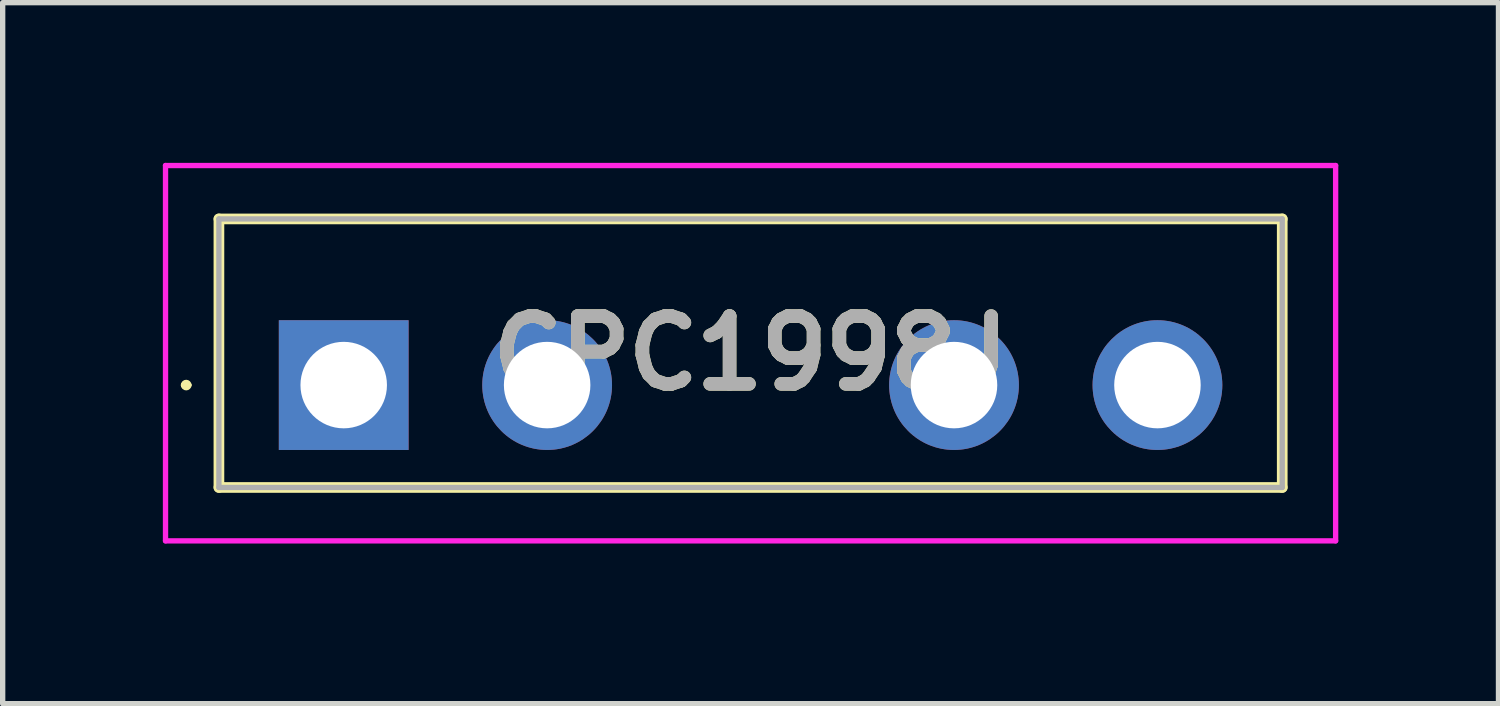
<source format=kicad_pcb>
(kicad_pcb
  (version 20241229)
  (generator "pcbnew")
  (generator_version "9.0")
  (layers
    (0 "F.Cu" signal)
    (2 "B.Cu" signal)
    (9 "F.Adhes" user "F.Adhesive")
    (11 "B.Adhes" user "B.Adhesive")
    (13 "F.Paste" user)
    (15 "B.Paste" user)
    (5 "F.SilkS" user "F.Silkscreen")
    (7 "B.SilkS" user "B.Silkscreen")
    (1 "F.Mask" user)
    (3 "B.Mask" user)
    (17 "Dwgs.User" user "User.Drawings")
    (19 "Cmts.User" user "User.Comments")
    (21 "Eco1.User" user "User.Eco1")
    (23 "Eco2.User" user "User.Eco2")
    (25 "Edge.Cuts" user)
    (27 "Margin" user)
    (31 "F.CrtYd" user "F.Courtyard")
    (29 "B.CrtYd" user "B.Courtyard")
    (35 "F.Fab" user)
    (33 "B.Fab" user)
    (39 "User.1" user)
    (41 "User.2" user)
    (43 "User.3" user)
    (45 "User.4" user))
  (footprint "CPC1998J"
    (layer "F.Cu")
    (at 3.387 4.162)
    (property "Reference" "CPC1998J" (at 7.62 -0.597 0) (layer "F.SilkS") (effects (font (size 1.27 1.27) (thickness 0.254))))
    (attr through_hole)
    (fp_line (start -3 0) (end -3 0) (stroke (width 0.1) (type solid)) (layer "F.SilkS"))
    (fp_line (start -2.9 0) (end -2.9 0) (stroke (width 0.1) (type solid)) (layer "F.SilkS"))
    (fp_line (start -2.337 -3.112) (end 17.577 -3.112) (stroke (width 0.2) (type solid)) (layer "F.SilkS"))
    (fp_line (start -2.337 1.917) (end -2.337 -3.112) (stroke (width 0.2) (type solid)) (layer "F.SilkS"))
    (fp_line (start 17.577 -3.112) (end 17.577 1.917) (stroke (width 0.2) (type solid)) (layer "F.SilkS"))
    (fp_line (start 17.577 1.917) (end -2.337 1.917) (stroke (width 0.2) (type solid)) (layer "F.SilkS"))
    (fp_arc (start -3 0) (mid -2.95 -0.05) (end -2.9 0) (stroke (width 0.1) (type solid)) (layer "F.SilkS"))
    (fp_arc (start -2.9 0) (mid -2.95 0.05) (end -3 0) (stroke (width 0.1) (type solid)) (layer "F.SilkS"))
    (fp_line (start -3.337 -4.112) (end 18.577 -4.112) (stroke (width 0.1) (type solid)) (layer "F.CrtYd"))
    (fp_line (start -3.337 2.917) (end -3.337 -4.112) (stroke (width 0.1) (type solid)) (layer "F.CrtYd"))
    (fp_line (start 18.577 -4.112) (end 18.577 2.917) (stroke (width 0.1) (type solid)) (layer "F.CrtYd"))
    (fp_line (start 18.577 2.917) (end -3.337 2.917) (stroke (width 0.1) (type solid)) (layer "F.CrtYd"))
    (fp_line (start -2.337 -3.112) (end 17.577 -3.112) (stroke (width 0.1) (type solid)) (layer "F.Fab"))
    (fp_line (start -2.337 1.917) (end -2.337 -3.112) (stroke (width 0.1) (type solid)) (layer "F.Fab"))
    (fp_line (start 17.577 -3.112) (end 17.577 1.917) (stroke (width 0.1) (type solid)) (layer "F.Fab"))
    (fp_line (start 17.577 1.917) (end -2.337 1.917) (stroke (width 0.1) (type solid)) (layer "F.Fab"))
    (fp_text user "${REFERENCE}" (at 7.62 -0.597 0) (layer "F.Fab") (effects (font (size 1.27 1.27) (thickness 0.254))))
    (pad "1" thru_hole rect (at 0 0) (size 2.43 2.43) (drill 1.62) (layers "*.Cu" "*.Mask"))
    (pad "2" thru_hole circle (at 3.81 0) (size 2.43 2.43) (drill 1.62) (layers "*.Cu" "*.Mask"))
    (pad "3" thru_hole circle (at 11.43 0) (size 2.43 2.43) (drill 1.62) (layers "*.Cu" "*.Mask"))
    (pad "4" thru_hole circle (at 15.24 0) (size 2.43 2.43) (drill 1.62) (layers "*.Cu" "*.Mask")))
  (gr_rect
    (start -3 -3)
    (end 25.014 10.129)
    (stroke (width 0.1) (type default))
    (fill no)
    (layer "Edge.Cuts")))
</source>
